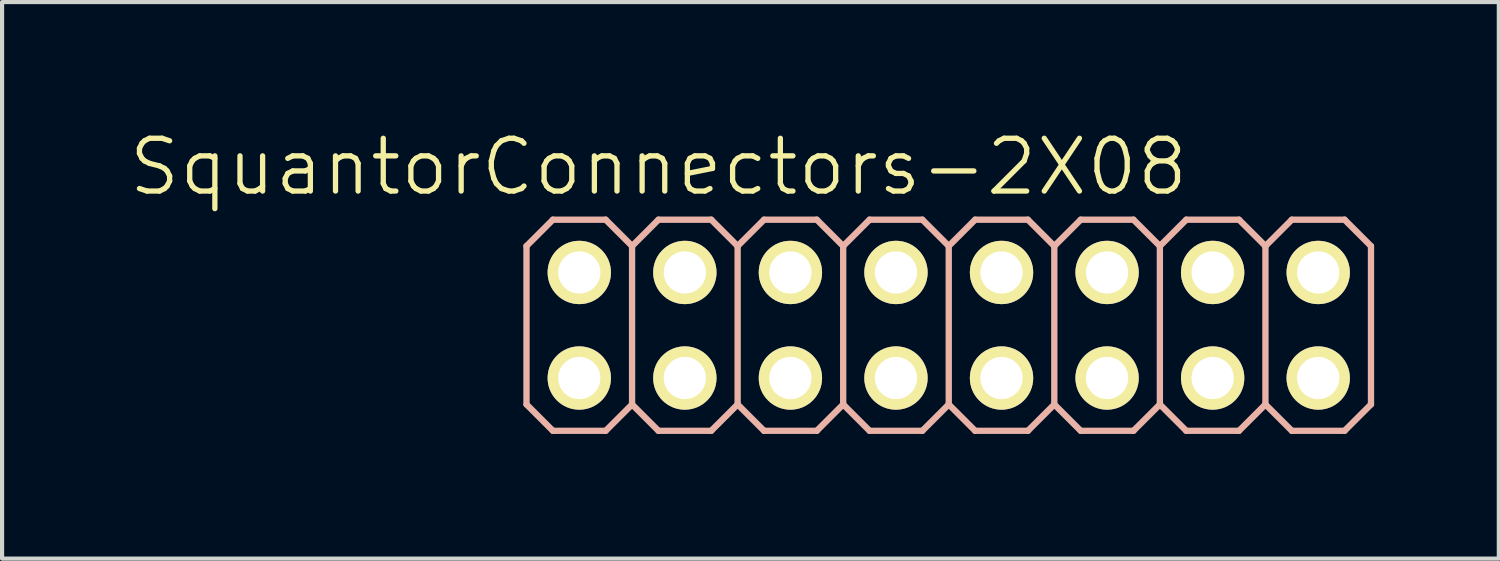
<source format=kicad_pcb>
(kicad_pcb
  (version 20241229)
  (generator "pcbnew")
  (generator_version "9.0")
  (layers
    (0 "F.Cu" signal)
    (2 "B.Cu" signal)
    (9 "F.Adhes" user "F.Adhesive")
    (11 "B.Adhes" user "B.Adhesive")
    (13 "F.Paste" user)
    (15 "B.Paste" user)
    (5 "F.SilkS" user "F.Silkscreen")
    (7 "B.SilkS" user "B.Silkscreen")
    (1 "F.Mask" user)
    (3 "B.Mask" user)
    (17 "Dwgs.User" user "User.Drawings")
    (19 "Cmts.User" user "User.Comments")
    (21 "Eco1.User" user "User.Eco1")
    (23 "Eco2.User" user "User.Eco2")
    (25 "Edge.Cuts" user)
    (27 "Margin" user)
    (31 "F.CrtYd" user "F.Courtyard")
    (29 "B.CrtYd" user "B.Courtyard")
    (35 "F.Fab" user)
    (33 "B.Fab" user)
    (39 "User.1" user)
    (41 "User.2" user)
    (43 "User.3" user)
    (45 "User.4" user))
  (footprint "SquantorConnectors-2X08"
    (layer "F.Cu")
    (at 19.779 4.776)
    (property "Reference" "SquantorConnectors-2X08" (at -6.985 -3.81 0) (layer "F.SilkS") (effects (font (size 1.27 1.27) (thickness 0.127))))
    (attr exclude_from_pos_files exclude_from_bom)
    (fp_line (start -9.144 -1.524) (end -8.636 -1.524) (stroke (width 0.066) (type solid)) (layer "F.SilkS"))
    (fp_line (start -9.144 -1.016) (end -9.144 -1.524) (stroke (width 0.066) (type solid)) (layer "F.SilkS"))
    (fp_line (start -9.144 -1.016) (end -8.636 -1.016) (stroke (width 0.066) (type solid)) (layer "F.SilkS"))
    (fp_line (start -9.144 1.016) (end -8.636 1.016) (stroke (width 0.066) (type solid)) (layer "F.SilkS"))
    (fp_line (start -9.144 1.524) (end -9.144 1.016) (stroke (width 0.066) (type solid)) (layer "F.SilkS"))
    (fp_line (start -9.144 1.524) (end -8.636 1.524) (stroke (width 0.066) (type solid)) (layer "F.SilkS"))
    (fp_line (start -8.636 -1.016) (end -8.636 -1.524) (stroke (width 0.066) (type solid)) (layer "F.SilkS"))
    (fp_line (start -8.636 1.524) (end -8.636 1.016) (stroke (width 0.066) (type solid)) (layer "F.SilkS"))
    (fp_line (start -6.604 -1.524) (end -6.096 -1.524) (stroke (width 0.066) (type solid)) (layer "F.SilkS"))
    (fp_line (start -6.604 -1.016) (end -6.604 -1.524) (stroke (width 0.066) (type solid)) (layer "F.SilkS"))
    (fp_line (start -6.604 -1.016) (end -6.096 -1.016) (stroke (width 0.066) (type solid)) (layer "F.SilkS"))
    (fp_line (start -6.604 1.016) (end -6.096 1.016) (stroke (width 0.066) (type solid)) (layer "F.SilkS"))
    (fp_line (start -6.604 1.524) (end -6.604 1.016) (stroke (width 0.066) (type solid)) (layer "F.SilkS"))
    (fp_line (start -6.604 1.524) (end -6.096 1.524) (stroke (width 0.066) (type solid)) (layer "F.SilkS"))
    (fp_line (start -6.096 -1.016) (end -6.096 -1.524) (stroke (width 0.066) (type solid)) (layer "F.SilkS"))
    (fp_line (start -6.096 1.524) (end -6.096 1.016) (stroke (width 0.066) (type solid)) (layer "F.SilkS"))
    (fp_line (start -4.064 -1.524) (end -3.556 -1.524) (stroke (width 0.066) (type solid)) (layer "F.SilkS"))
    (fp_line (start -4.064 -1.016) (end -4.064 -1.524) (stroke (width 0.066) (type solid)) (layer "F.SilkS"))
    (fp_line (start -4.064 -1.016) (end -3.556 -1.016) (stroke (width 0.066) (type solid)) (layer "F.SilkS"))
    (fp_line (start -4.064 1.016) (end -3.556 1.016) (stroke (width 0.066) (type solid)) (layer "F.SilkS"))
    (fp_line (start -4.064 1.524) (end -4.064 1.016) (stroke (width 0.066) (type solid)) (layer "F.SilkS"))
    (fp_line (start -4.064 1.524) (end -3.556 1.524) (stroke (width 0.066) (type solid)) (layer "F.SilkS"))
    (fp_line (start -3.556 -1.016) (end -3.556 -1.524) (stroke (width 0.066) (type solid)) (layer "F.SilkS"))
    (fp_line (start -3.556 1.524) (end -3.556 1.016) (stroke (width 0.066) (type solid)) (layer "F.SilkS"))
    (fp_line (start -1.524 -1.524) (end -1.016 -1.524) (stroke (width 0.066) (type solid)) (layer "F.SilkS"))
    (fp_line (start -1.524 -1.016) (end -1.524 -1.524) (stroke (width 0.066) (type solid)) (layer "F.SilkS"))
    (fp_line (start -1.524 -1.016) (end -1.016 -1.016) (stroke (width 0.066) (type solid)) (layer "F.SilkS"))
    (fp_line (start -1.524 1.016) (end -1.016 1.016) (stroke (width 0.066) (type solid)) (layer "F.SilkS"))
    (fp_line (start -1.524 1.524) (end -1.524 1.016) (stroke (width 0.066) (type solid)) (layer "F.SilkS"))
    (fp_line (start -1.524 1.524) (end -1.016 1.524) (stroke (width 0.066) (type solid)) (layer "F.SilkS"))
    (fp_line (start -1.016 -1.016) (end -1.016 -1.524) (stroke (width 0.066) (type solid)) (layer "F.SilkS"))
    (fp_line (start -1.016 1.524) (end -1.016 1.016) (stroke (width 0.066) (type solid)) (layer "F.SilkS"))
    (fp_line (start 1.016 -1.524) (end 1.524 -1.524) (stroke (width 0.066) (type solid)) (layer "F.SilkS"))
    (fp_line (start 1.016 -1.016) (end 1.016 -1.524) (stroke (width 0.066) (type solid)) (layer "F.SilkS"))
    (fp_line (start 1.016 -1.016) (end 1.524 -1.016) (stroke (width 0.066) (type solid)) (layer "F.SilkS"))
    (fp_line (start 1.016 1.016) (end 1.524 1.016) (stroke (width 0.066) (type solid)) (layer "F.SilkS"))
    (fp_line (start 1.016 1.524) (end 1.016 1.016) (stroke (width 0.066) (type solid)) (layer "F.SilkS"))
    (fp_line (start 1.016 1.524) (end 1.524 1.524) (stroke (width 0.066) (type solid)) (layer "F.SilkS"))
    (fp_line (start 1.524 -1.016) (end 1.524 -1.524) (stroke (width 0.066) (type solid)) (layer "F.SilkS"))
    (fp_line (start 1.524 1.524) (end 1.524 1.016) (stroke (width 0.066) (type solid)) (layer "F.SilkS"))
    (fp_line (start 3.556 -1.524) (end 4.064 -1.524) (stroke (width 0.066) (type solid)) (layer "F.SilkS"))
    (fp_line (start 3.556 -1.016) (end 3.556 -1.524) (stroke (width 0.066) (type solid)) (layer "F.SilkS"))
    (fp_line (start 3.556 -1.016) (end 4.064 -1.016) (stroke (width 0.066) (type solid)) (layer "F.SilkS"))
    (fp_line (start 3.556 1.016) (end 4.064 1.016) (stroke (width 0.066) (type solid)) (layer "F.SilkS"))
    (fp_line (start 3.556 1.524) (end 3.556 1.016) (stroke (width 0.066) (type solid)) (layer "F.SilkS"))
    (fp_line (start 3.556 1.524) (end 4.064 1.524) (stroke (width 0.066) (type solid)) (layer "F.SilkS"))
    (fp_line (start 4.064 -1.016) (end 4.064 -1.524) (stroke (width 0.066) (type solid)) (layer "F.SilkS"))
    (fp_line (start 4.064 1.524) (end 4.064 1.016) (stroke (width 0.066) (type solid)) (layer "F.SilkS"))
    (fp_line (start 6.096 -1.524) (end 6.604 -1.524) (stroke (width 0.066) (type solid)) (layer "F.SilkS"))
    (fp_line (start 6.096 -1.016) (end 6.096 -1.524) (stroke (width 0.066) (type solid)) (layer "F.SilkS"))
    (fp_line (start 6.096 -1.016) (end 6.604 -1.016) (stroke (width 0.066) (type solid)) (layer "F.SilkS"))
    (fp_line (start 6.096 1.016) (end 6.604 1.016) (stroke (width 0.066) (type solid)) (layer "F.SilkS"))
    (fp_line (start 6.096 1.524) (end 6.096 1.016) (stroke (width 0.066) (type solid)) (layer "F.SilkS"))
    (fp_line (start 6.096 1.524) (end 6.604 1.524) (stroke (width 0.066) (type solid)) (layer "F.SilkS"))
    (fp_line (start 6.604 -1.016) (end 6.604 -1.524) (stroke (width 0.066) (type solid)) (layer "F.SilkS"))
    (fp_line (start 6.604 1.524) (end 6.604 1.016) (stroke (width 0.066) (type solid)) (layer "F.SilkS"))
    (fp_line (start 8.636 -1.524) (end 9.144 -1.524) (stroke (width 0.066) (type solid)) (layer "F.SilkS"))
    (fp_line (start 8.636 -1.016) (end 8.636 -1.524) (stroke (width 0.066) (type solid)) (layer "F.SilkS"))
    (fp_line (start 8.636 -1.016) (end 9.144 -1.016) (stroke (width 0.066) (type solid)) (layer "F.SilkS"))
    (fp_line (start 8.636 1.016) (end 9.144 1.016) (stroke (width 0.066) (type solid)) (layer "F.SilkS"))
    (fp_line (start 8.636 1.524) (end 8.636 1.016) (stroke (width 0.066) (type solid)) (layer "F.SilkS"))
    (fp_line (start 8.636 1.524) (end 9.144 1.524) (stroke (width 0.066) (type solid)) (layer "F.SilkS"))
    (fp_line (start 9.144 -1.016) (end 9.144 -1.524) (stroke (width 0.066) (type solid)) (layer "F.SilkS"))
    (fp_line (start 9.144 1.524) (end 9.144 1.016) (stroke (width 0.066) (type solid)) (layer "F.SilkS"))
    (fp_line (start -10.16 -1.905) (end -9.525 -2.54) (stroke (width 0.152) (type solid)) (layer "B.SilkS"))
    (fp_line (start -10.16 1.905) (end -10.16 -1.905) (stroke (width 0.152) (type solid)) (layer "B.SilkS"))
    (fp_line (start -10.16 1.905) (end -9.525 2.54) (stroke (width 0.152) (type solid)) (layer "B.SilkS"))
    (fp_line (start -9.525 -2.54) (end -8.255 -2.54) (stroke (width 0.152) (type solid)) (layer "B.SilkS"))
    (fp_line (start -9.525 2.54) (end -8.255 2.54) (stroke (width 0.152) (type solid)) (layer "B.SilkS"))
    (fp_line (start -8.255 -2.54) (end -7.62 -1.905) (stroke (width 0.152) (type solid)) (layer "B.SilkS"))
    (fp_line (start -8.255 2.54) (end -7.62 1.905) (stroke (width 0.152) (type solid)) (layer "B.SilkS"))
    (fp_line (start -7.62 -1.905) (end -7.62 1.905) (stroke (width 0.152) (type solid)) (layer "B.SilkS"))
    (fp_line (start -7.62 -1.905) (end -6.985 -2.54) (stroke (width 0.152) (type solid)) (layer "B.SilkS"))
    (fp_line (start -7.62 1.905) (end -6.985 2.54) (stroke (width 0.152) (type solid)) (layer "B.SilkS"))
    (fp_line (start -6.985 -2.54) (end -5.715 -2.54) (stroke (width 0.152) (type solid)) (layer "B.SilkS"))
    (fp_line (start -6.985 2.54) (end -5.715 2.54) (stroke (width 0.152) (type solid)) (layer "B.SilkS"))
    (fp_line (start -5.715 -2.54) (end -5.08 -1.905) (stroke (width 0.152) (type solid)) (layer "B.SilkS"))
    (fp_line (start -5.715 2.54) (end -5.08 1.905) (stroke (width 0.152) (type solid)) (layer "B.SilkS"))
    (fp_line (start -5.08 -1.905) (end -5.08 1.905) (stroke (width 0.152) (type solid)) (layer "B.SilkS"))
    (fp_line (start -5.08 -1.905) (end -4.445 -2.54) (stroke (width 0.152) (type solid)) (layer "B.SilkS"))
    (fp_line (start -5.08 1.905) (end -4.445 2.54) (stroke (width 0.152) (type solid)) (layer "B.SilkS"))
    (fp_line (start -4.445 -2.54) (end -3.175 -2.54) (stroke (width 0.152) (type solid)) (layer "B.SilkS"))
    (fp_line (start -4.445 2.54) (end -3.175 2.54) (stroke (width 0.152) (type solid)) (layer "B.SilkS"))
    (fp_line (start -3.175 -2.54) (end -2.54 -1.905) (stroke (width 0.152) (type solid)) (layer "B.SilkS"))
    (fp_line (start -3.175 2.54) (end -2.54 1.905) (stroke (width 0.152) (type solid)) (layer "B.SilkS"))
    (fp_line (start -2.54 -1.905) (end -2.54 1.905) (stroke (width 0.152) (type solid)) (layer "B.SilkS"))
    (fp_line (start -2.54 -1.905) (end -1.905 -2.54) (stroke (width 0.152) (type solid)) (layer "B.SilkS"))
    (fp_line (start -2.54 1.905) (end -1.905 2.54) (stroke (width 0.152) (type solid)) (layer "B.SilkS"))
    (fp_line (start -1.905 -2.54) (end -0.635 -2.54) (stroke (width 0.152) (type solid)) (layer "B.SilkS"))
    (fp_line (start -1.905 2.54) (end -0.635 2.54) (stroke (width 0.152) (type solid)) (layer "B.SilkS"))
    (fp_line (start -0.635 -2.54) (end 0 -1.905) (stroke (width 0.152) (type solid)) (layer "B.SilkS"))
    (fp_line (start -0.635 2.54) (end 0 1.905) (stroke (width 0.152) (type solid)) (layer "B.SilkS"))
    (fp_line (start 0 -1.905) (end 0 1.905) (stroke (width 0.152) (type solid)) (layer "B.SilkS"))
    (fp_line (start 0 -1.905) (end 0.635 -2.54) (stroke (width 0.152) (type solid)) (layer "B.SilkS"))
    (fp_line (start 0 1.905) (end 0.635 2.54) (stroke (width 0.152) (type solid)) (layer "B.SilkS"))
    (fp_line (start 0.635 -2.54) (end 1.905 -2.54) (stroke (width 0.152) (type solid)) (layer "B.SilkS"))
    (fp_line (start 0.635 2.54) (end 1.905 2.54) (stroke (width 0.152) (type solid)) (layer "B.SilkS"))
    (fp_line (start 1.905 -2.54) (end 2.54 -1.905) (stroke (width 0.152) (type solid)) (layer "B.SilkS"))
    (fp_line (start 1.905 2.54) (end 2.54 1.905) (stroke (width 0.152) (type solid)) (layer "B.SilkS"))
    (fp_line (start 2.54 -1.905) (end 2.54 1.905) (stroke (width 0.152) (type solid)) (layer "B.SilkS"))
    (fp_line (start 2.54 -1.905) (end 3.175 -2.54) (stroke (width 0.152) (type solid)) (layer "B.SilkS"))
    (fp_line (start 2.54 1.905) (end 3.175 2.54) (stroke (width 0.152) (type solid)) (layer "B.SilkS"))
    (fp_line (start 3.175 -2.54) (end 4.445 -2.54) (stroke (width 0.152) (type solid)) (layer "B.SilkS"))
    (fp_line (start 3.175 2.54) (end 4.445 2.54) (stroke (width 0.152) (type solid)) (layer "B.SilkS"))
    (fp_line (start 4.445 -2.54) (end 5.08 -1.905) (stroke (width 0.152) (type solid)) (layer "B.SilkS"))
    (fp_line (start 4.445 2.54) (end 5.08 1.905) (stroke (width 0.152) (type solid)) (layer "B.SilkS"))
    (fp_line (start 5.08 -1.905) (end 5.08 1.905) (stroke (width 0.152) (type solid)) (layer "B.SilkS"))
    (fp_line (start 5.08 -1.905) (end 5.715 -2.54) (stroke (width 0.152) (type solid)) (layer "B.SilkS"))
    (fp_line (start 5.08 1.905) (end 5.715 2.54) (stroke (width 0.152) (type solid)) (layer "B.SilkS"))
    (fp_line (start 5.715 -2.54) (end 6.985 -2.54) (stroke (width 0.152) (type solid)) (layer "B.SilkS"))
    (fp_line (start 5.715 2.54) (end 6.985 2.54) (stroke (width 0.152) (type solid)) (layer "B.SilkS"))
    (fp_line (start 6.985 -2.54) (end 7.62 -1.905) (stroke (width 0.152) (type solid)) (layer "B.SilkS"))
    (fp_line (start 7.62 -1.905) (end 7.62 1.905) (stroke (width 0.152) (type solid)) (layer "B.SilkS"))
    (fp_line (start 7.62 -1.905) (end 8.255 -2.54) (stroke (width 0.152) (type solid)) (layer "B.SilkS"))
    (fp_line (start 7.62 1.905) (end 6.985 2.54) (stroke (width 0.152) (type solid)) (layer "B.SilkS"))
    (fp_line (start 7.62 1.905) (end 8.255 2.54) (stroke (width 0.152) (type solid)) (layer "B.SilkS"))
    (fp_line (start 8.255 -2.54) (end 9.525 -2.54) (stroke (width 0.152) (type solid)) (layer "B.SilkS"))
    (fp_line (start 8.255 2.54) (end 9.525 2.54) (stroke (width 0.152) (type solid)) (layer "B.SilkS"))
    (fp_line (start 9.525 -2.54) (end 10.16 -1.905) (stroke (width 0.152) (type solid)) (layer "B.SilkS"))
    (fp_line (start 10.16 -1.905) (end 10.16 1.905) (stroke (width 0.152) (type solid)) (layer "B.SilkS"))
    (fp_line (start 10.16 1.905) (end 9.525 2.54) (stroke (width 0.152) (type solid)) (layer "B.SilkS"))
    (pad "1" thru_hole circle (at -8.89 1.27) (size 1.524 1.524) (drill 1.016) (layers "*.Cu" "F.Mask" "F.SilkS" "F.Paste"))
    (pad "2" thru_hole circle (at -8.89 -1.27) (size 1.524 1.524) (drill 1.016) (layers "*.Cu" "F.Mask" "F.SilkS" "F.Paste"))
    (pad "3" thru_hole circle (at -6.35 1.27) (size 1.524 1.524) (drill 1.016) (layers "*.Cu" "F.Mask" "F.SilkS" "F.Paste"))
    (pad "4" thru_hole circle (at -6.35 -1.27) (size 1.524 1.524) (drill 1.016) (layers "*.Cu" "F.Mask" "F.SilkS" "F.Paste"))
    (pad "5" thru_hole circle (at -3.81 1.27) (size 1.524 1.524) (drill 1.016) (layers "*.Cu" "F.Mask" "F.SilkS" "F.Paste"))
    (pad "6" thru_hole circle (at -3.81 -1.27) (size 1.524 1.524) (drill 1.016) (layers "*.Cu" "F.Mask" "F.SilkS" "F.Paste"))
    (pad "7" thru_hole circle (at -1.27 1.27) (size 1.524 1.524) (drill 1.016) (layers "*.Cu" "F.Mask" "F.SilkS" "F.Paste"))
    (pad "8" thru_hole circle (at -1.27 -1.27) (size 1.524 1.524) (drill 1.016) (layers "*.Cu" "F.Mask" "F.SilkS" "F.Paste"))
    (pad "9" thru_hole circle (at 1.27 1.27) (size 1.524 1.524) (drill 1.016) (layers "*.Cu" "F.Mask" "F.SilkS" "F.Paste"))
    (pad "10" thru_hole circle (at 1.27 -1.27) (size 1.524 1.524) (drill 1.016) (layers "*.Cu" "F.Mask" "F.SilkS" "F.Paste"))
    (pad "11" thru_hole circle (at 3.81 1.27) (size 1.524 1.524) (drill 1.016) (layers "*.Cu" "F.Mask" "F.SilkS" "F.Paste"))
    (pad "12" thru_hole circle (at 3.81 -1.27) (size 1.524 1.524) (drill 1.016) (layers "*.Cu" "F.Mask" "F.SilkS" "F.Paste"))
    (pad "13" thru_hole circle (at 6.35 1.27) (size 1.524 1.524) (drill 1.016) (layers "*.Cu" "F.Mask" "F.SilkS" "F.Paste"))
    (pad "14" thru_hole circle (at 6.35 -1.27) (size 1.524 1.524) (drill 1.016) (layers "*.Cu" "F.Mask" "F.SilkS" "F.Paste"))
    (pad "15" thru_hole circle (at 8.89 1.27) (size 1.524 1.524) (drill 1.016) (layers "*.Cu" "F.Mask" "F.SilkS" "F.Paste"))
    (pad "16" thru_hole circle (at 8.89 -1.27) (size 1.524 1.524) (drill 1.016) (layers "*.Cu" "F.Mask" "F.SilkS" "F.Paste")))
  (gr_rect
    (start -3 -3)
    (end 33.015 10.392)
    (stroke (width 0.1) (type default))
    (fill no)
    (layer "Edge.Cuts")))
</source>
